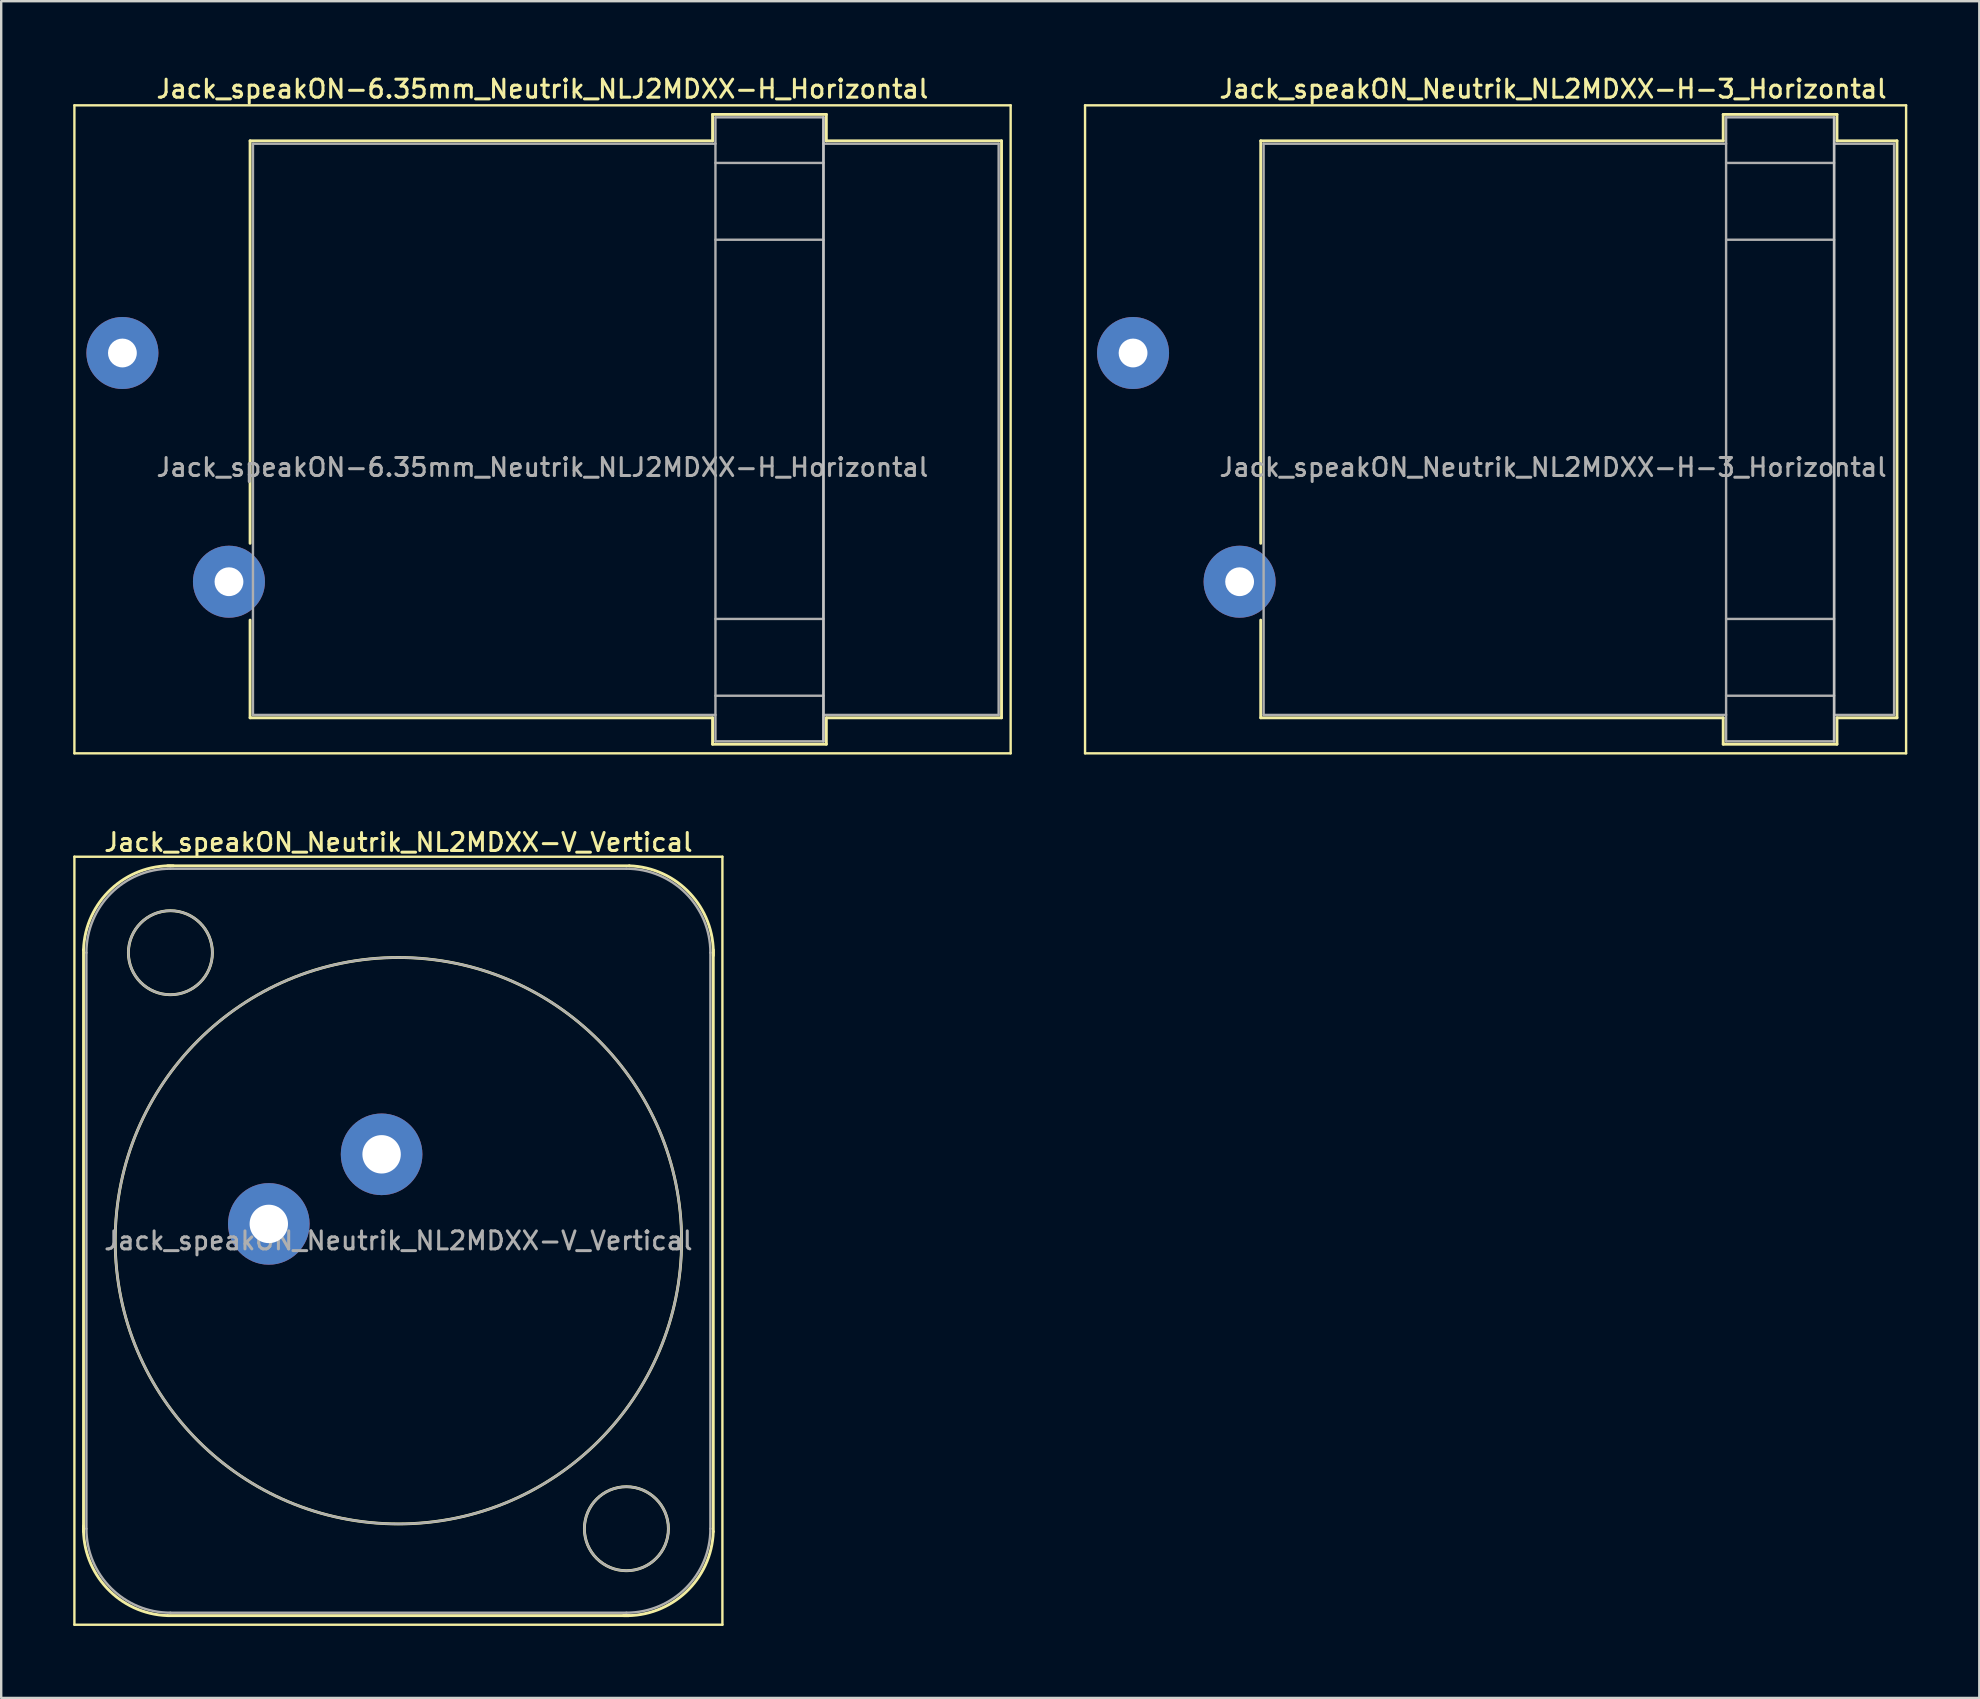
<source format=kicad_pcb>
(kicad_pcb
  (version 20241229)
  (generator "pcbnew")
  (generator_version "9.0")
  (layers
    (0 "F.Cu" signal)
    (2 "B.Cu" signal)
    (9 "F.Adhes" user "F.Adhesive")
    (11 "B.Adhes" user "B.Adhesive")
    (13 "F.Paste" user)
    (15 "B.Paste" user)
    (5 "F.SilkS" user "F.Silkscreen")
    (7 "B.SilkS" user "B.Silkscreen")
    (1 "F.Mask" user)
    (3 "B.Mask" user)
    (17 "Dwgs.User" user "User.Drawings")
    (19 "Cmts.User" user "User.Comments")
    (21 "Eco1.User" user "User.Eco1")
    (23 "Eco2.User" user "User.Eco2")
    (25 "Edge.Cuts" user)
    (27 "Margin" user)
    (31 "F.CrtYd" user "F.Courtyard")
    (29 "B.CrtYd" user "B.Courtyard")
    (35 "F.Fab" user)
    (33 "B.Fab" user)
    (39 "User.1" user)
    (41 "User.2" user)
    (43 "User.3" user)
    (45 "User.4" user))
  (footprint "Jack_speakON-6.35mm_Neutrik_NLJ2MDXX-H_Horizontal"
    (layer "F.Cu")
    (at 2.05 11.658)
    (property "Reference" "Jack_speakON-6.35mm_Neutrik_NLJ2MDXX-H_Horizontal" (at 17.5 -11 0) (layer "F.SilkS") (effects (font (size 0.75 0.75) (thickness 0.125))))
    (attr through_hole)
    (fp_line (start -2 16.68) (end -2 -10.32) (stroke (width 0.1) (type solid)) (layer "F.SilkS"))
    (fp_line (start -2 16.68) (end 37.01 16.68) (stroke (width 0.1) (type solid)) (layer "F.SilkS"))
    (fp_line (start 5.32 -8.84) (end 24.59 -8.84) (stroke (width 0.12) (type solid)) (layer "F.SilkS"))
    (fp_line (start 5.32 7.93) (end 5.32 -8.84) (stroke (width 0.12) (type solid)) (layer "F.SilkS"))
    (fp_line (start 5.32 15.2) (end 5.32 11.13) (stroke (width 0.12) (type solid)) (layer "F.SilkS"))
    (fp_line (start 5.32 15.2) (end 24.6 15.2) (stroke (width 0.12) (type solid)) (layer "F.SilkS"))
    (fp_line (start 24.59 -9.94) (end 24.59 -8.84) (stroke (width 0.12) (type solid)) (layer "F.SilkS"))
    (fp_line (start 24.59 -9.94) (end 29.33 -9.94) (stroke (width 0.12) (type solid)) (layer "F.SilkS"))
    (fp_line (start 24.59 16.3) (end 24.59 15.2) (stroke (width 0.12) (type solid)) (layer "F.SilkS"))
    (fp_line (start 24.59 16.3) (end 29.33 16.3) (stroke (width 0.12) (type solid)) (layer "F.SilkS"))
    (fp_line (start 29.33 -9.94) (end 29.33 -8.84) (stroke (width 0.12) (type solid)) (layer "F.SilkS"))
    (fp_line (start 29.33 16.3) (end 29.33 15.2) (stroke (width 0.12) (type solid)) (layer "F.SilkS"))
    (fp_line (start 36.63 -8.84) (end 29.33 -8.84) (stroke (width 0.12) (type solid)) (layer "F.SilkS"))
    (fp_line (start 36.63 15.2) (end 29.33 15.2) (stroke (width 0.12) (type solid)) (layer "F.SilkS"))
    (fp_line (start 36.63 15.2) (end 36.63 -8.84) (stroke (width 0.12) (type solid)) (layer "F.SilkS"))
    (fp_line (start 37.01 -10.32) (end -2 -10.32) (stroke (width 0.1) (type solid)) (layer "F.SilkS"))
    (fp_line (start 37.01 -10.32) (end 37.01 16.68) (stroke (width 0.1) (type solid)) (layer "F.SilkS"))
    (fp_line (start 29.21 16.18) (end 29.21 -9.82) (stroke (width 0.1) (type solid)) (layer "Dwgs.User"))
    (fp_line (start 5.44 -8.72) (end 24.71 -8.72) (stroke (width 0.1) (type solid)) (layer "F.Fab"))
    (fp_line (start 5.44 15.08) (end 5.44 -8.72) (stroke (width 0.1) (type solid)) (layer "F.Fab"))
    (fp_line (start 5.44 15.08) (end 24.71 15.08) (stroke (width 0.1) (type solid)) (layer "F.Fab"))
    (fp_line (start 24.71 -9.82) (end 29.21 -9.82) (stroke (width 0.1) (type solid)) (layer "F.Fab"))
    (fp_line (start 24.71 -7.92) (end 29.21 -7.92) (stroke (width 0.1) (type solid)) (layer "F.Fab"))
    (fp_line (start 24.71 -4.72) (end 29.21 -4.72) (stroke (width 0.1) (type solid)) (layer "F.Fab"))
    (fp_line (start 24.71 11.08) (end 29.21 11.08) (stroke (width 0.1) (type solid)) (layer "F.Fab"))
    (fp_line (start 24.71 14.28) (end 29.21 14.28) (stroke (width 0.1) (type solid)) (layer "F.Fab"))
    (fp_line (start 24.71 16.18) (end 24.71 -9.82) (stroke (width 0.1) (type solid)) (layer "F.Fab"))
    (fp_line (start 24.71 16.18) (end 29.21 16.18) (stroke (width 0.1) (type solid)) (layer "F.Fab"))
    (fp_line (start 29.21 16.18) (end 29.21 -9.82) (stroke (width 0.1) (type solid)) (layer "F.Fab"))
    (fp_line (start 36.51 -8.72) (end 29.21 -8.72) (stroke (width 0.1) (type solid)) (layer "F.Fab"))
    (fp_line (start 36.51 15.08) (end 29.21 15.08) (stroke (width 0.1) (type solid)) (layer "F.Fab"))
    (fp_line (start 36.51 15.08) (end 36.51 -8.72) (stroke (width 0.1) (type solid)) (layer "F.Fab"))
    (fp_text user "${REFERENCE}" (at 17.5 4.765 0) (layer "F.Fab") (effects (font (size 0.75 0.75) (thickness 0.125))))
    (pad "1+" thru_hole circle (at 0 0) (size 3 3) (drill 1.2) (layers "*.Cu" "*.Mask"))
    (pad "1-" thru_hole circle (at 4.44 9.53) (size 3 3) (drill 1.2) (layers "*.Cu" "*.Mask")))
  (footprint "Jack_speakON_Neutrik_NL2MDXX-V_Vertical"
    (layer "F.Cu")
    (at 12.85 45.046)
    (property "Reference" "Jack_speakON_Neutrik_NL2MDXX-V_Vertical" (at 0.7 -13 0) (layer "F.SilkS") (effects (font (size 0.75 0.75) (thickness 0.125))))
    (attr through_hole)
    (fp_line (start -12.8 -12.4) (end 14.2 -12.4) (stroke (width 0.1) (type solid)) (layer "F.SilkS"))
    (fp_line (start -12.8 19.6) (end -12.8 -12.4) (stroke (width 0.1) (type solid)) (layer "F.SilkS"))
    (fp_line (start -12.8 19.6) (end 14.2 19.6) (stroke (width 0.1) (type solid)) (layer "F.SilkS"))
    (fp_line (start -12.42 15.72) (end -12.42 -8.52) (stroke (width 0.12) (type solid)) (layer "F.SilkS"))
    (fp_line (start -8.92 -12.02) (end 10.32 -12.02) (stroke (width 0.12) (type solid)) (layer "F.SilkS"))
    (fp_line (start -8.92 19.22) (end 10.32 19.22) (stroke (width 0.12) (type solid)) (layer "F.SilkS"))
    (fp_line (start 13.82 15.72) (end 13.82 -8.52) (stroke (width 0.12) (type solid)) (layer "F.SilkS"))
    (fp_line (start 14.2 19.6) (end 14.2 -12.4) (stroke (width 0.1) (type solid)) (layer "F.SilkS"))
    (fp_arc (start -12.42 -8.52) (mid -11.274874 -11.044579) (end -8.68 -12.02) (stroke (width 0.12) (type solid)) (layer "F.SilkS"))
    (fp_arc (start -8.92 19.22) (mid -11.444579 18.074874) (end -12.42 15.48) (stroke (width 0.12) (type solid)) (layer "F.SilkS"))
    (fp_arc (start 10.32 -12.02) (mid 12.844579 -10.874874) (end 13.82 -8.28) (stroke (width 0.12) (type solid)) (layer "F.SilkS"))
    (fp_arc (start 13.82 15.72) (mid 12.674874 18.244579) (end 10.08 19.22) (stroke (width 0.12) (type solid)) (layer "F.SilkS"))
    (fp_circle (center -8.8 -8.4) (end -7.05 -8.4) (stroke (width 0.12) (type solid)) (fill no) (layer "F.SilkS"))
    (fp_circle (center 0.7 3.6) (end 12.5 3.6) (stroke (width 0.12) (type solid)) (fill no) (layer "F.SilkS"))
    (fp_circle (center 10.2 15.6) (end 11.95 15.6) (stroke (width 0.12) (type solid)) (fill no) (layer "F.SilkS"))
    (fp_line (start -12.3 15.6) (end -12.3 -8.4) (stroke (width 0.1) (type solid)) (layer "F.Fab"))
    (fp_line (start -8.8 -11.9) (end 10.2 -11.9) (stroke (width 0.1) (type solid)) (layer "F.Fab"))
    (fp_line (start -8.8 19.1) (end 10.2 19.1) (stroke (width 0.1) (type solid)) (layer "F.Fab"))
    (fp_line (start 13.7 15.6) (end 13.7 -8.4) (stroke (width 0.1) (type solid)) (layer "F.Fab"))
    (fp_arc (start -12.3 -8.4) (mid -11.274874 -10.874874) (end -8.8 -11.9) (stroke (width 0.1) (type solid)) (layer "F.Fab"))
    (fp_arc (start -8.8 19.1) (mid -11.274874 18.074874) (end -12.3 15.6) (stroke (width 0.1) (type solid)) (layer "F.Fab"))
    (fp_arc (start 10.2 -11.9) (mid 12.674874 -10.874874) (end 13.7 -8.4) (stroke (width 0.1) (type solid)) (layer "F.Fab"))
    (fp_arc (start 13.7 15.6) (mid 12.674874 18.074874) (end 10.2 19.1) (stroke (width 0.1) (type solid)) (layer "F.Fab"))
    (fp_circle (center -8.8 -8.4) (end -7.05 -8.4) (stroke (width 0.1) (type solid)) (fill no) (layer "F.Fab"))
    (fp_circle (center 0.7 3.6) (end 12.5 3.6) (stroke (width 0.1) (type solid)) (fill no) (layer "F.Fab"))
    (fp_circle (center 10.2 15.6) (end 8.45 15.6) (stroke (width 0.1) (type solid)) (fill no) (layer "F.Fab"))
    (fp_text user "${REFERENCE}" (at 0.7 3.6 0) (layer "F.Fab") (effects (font (size 0.75 0.75) (thickness 0.125))))
    (pad "1+" thru_hole circle (at 0 0) (size 3.4 3.4) (drill 1.6) (layers "*.Cu" "*.Mask"))
    (pad "1-" thru_hole circle (at -4.7 2.9) (size 3.4 3.4) (drill 1.6) (layers "*.Cu" "*.Mask")))
  (footprint "Jack_speakON_Neutrik_NL2MDXX-H-3_Horizontal"
    (layer "F.Cu")
    (at 44.16 11.658)
    (property "Reference" "Jack_speakON_Neutrik_NL2MDXX-H-3_Horizontal" (at 17.5 -11 0) (layer "F.SilkS") (effects (font (size 0.75 0.75) (thickness 0.125))))
    (attr through_hole)
    (fp_line (start -2 16.68) (end -2 -10.32) (stroke (width 0.1) (type solid)) (layer "F.SilkS"))
    (fp_line (start -2 16.68) (end 32.21 16.68) (stroke (width 0.1) (type solid)) (layer "F.SilkS"))
    (fp_line (start 5.32 -8.84) (end 24.59 -8.84) (stroke (width 0.12) (type solid)) (layer "F.SilkS"))
    (fp_line (start 5.32 7.93) (end 5.32 -8.84) (stroke (width 0.12) (type solid)) (layer "F.SilkS"))
    (fp_line (start 5.32 15.2) (end 5.32 11.13) (stroke (width 0.12) (type solid)) (layer "F.SilkS"))
    (fp_line (start 5.32 15.2) (end 24.59 15.2) (stroke (width 0.12) (type solid)) (layer "F.SilkS"))
    (fp_line (start 24.59 -9.94) (end 24.59 -8.84) (stroke (width 0.12) (type solid)) (layer "F.SilkS"))
    (fp_line (start 24.59 -9.94) (end 29.33 -9.94) (stroke (width 0.12) (type solid)) (layer "F.SilkS"))
    (fp_line (start 24.59 16.3) (end 24.59 15.2) (stroke (width 0.12) (type solid)) (layer "F.SilkS"))
    (fp_line (start 24.59 16.3) (end 29.33 16.3) (stroke (width 0.12) (type solid)) (layer "F.SilkS"))
    (fp_line (start 29.33 -9.94) (end 29.33 -8.84) (stroke (width 0.12) (type solid)) (layer "F.SilkS"))
    (fp_line (start 29.33 16.3) (end 29.33 15.2) (stroke (width 0.12) (type solid)) (layer "F.SilkS"))
    (fp_line (start 31.83 -8.84) (end 29.33 -8.84) (stroke (width 0.12) (type solid)) (layer "F.SilkS"))
    (fp_line (start 31.83 15.2) (end 29.33 15.2) (stroke (width 0.12) (type solid)) (layer "F.SilkS"))
    (fp_line (start 31.83 15.2) (end 31.83 -8.84) (stroke (width 0.12) (type solid)) (layer "F.SilkS"))
    (fp_line (start 32.21 -10.32) (end -2 -10.32) (stroke (width 0.1) (type solid)) (layer "F.SilkS"))
    (fp_line (start 32.21 -10.32) (end 32.21 16.68) (stroke (width 0.1) (type solid)) (layer "F.SilkS"))
    (fp_line (start 29.21 16.18) (end 29.21 -9.82) (stroke (width 0.1) (type solid)) (layer "Dwgs.User"))
    (fp_line (start 5.44 -8.72) (end 24.71 -8.72) (stroke (width 0.1) (type solid)) (layer "F.Fab"))
    (fp_line (start 5.44 15.08) (end 5.44 -8.72) (stroke (width 0.1) (type solid)) (layer "F.Fab"))
    (fp_line (start 5.44 15.08) (end 24.71 15.08) (stroke (width 0.1) (type solid)) (layer "F.Fab"))
    (fp_line (start 24.71 -9.82) (end 29.21 -9.82) (stroke (width 0.1) (type solid)) (layer "F.Fab"))
    (fp_line (start 24.71 -7.92) (end 29.21 -7.92) (stroke (width 0.1) (type solid)) (layer "F.Fab"))
    (fp_line (start 24.71 -4.72) (end 29.21 -4.72) (stroke (width 0.1) (type solid)) (layer "F.Fab"))
    (fp_line (start 24.71 11.08) (end 29.21 11.08) (stroke (width 0.1) (type solid)) (layer "F.Fab"))
    (fp_line (start 24.71 14.28) (end 29.21 14.28) (stroke (width 0.1) (type solid)) (layer "F.Fab"))
    (fp_line (start 24.71 16.18) (end 24.71 -9.82) (stroke (width 0.1) (type solid)) (layer "F.Fab"))
    (fp_line (start 24.71 16.18) (end 29.21 16.18) (stroke (width 0.1) (type solid)) (layer "F.Fab"))
    (fp_line (start 29.21 16.18) (end 29.21 -9.82) (stroke (width 0.1) (type solid)) (layer "F.Fab"))
    (fp_line (start 31.71 -8.72) (end 29.21 -8.72) (stroke (width 0.1) (type solid)) (layer "F.Fab"))
    (fp_line (start 31.71 15.08) (end 29.21 15.08) (stroke (width 0.1) (type solid)) (layer "F.Fab"))
    (fp_line (start 31.71 15.08) (end 31.71 -8.72) (stroke (width 0.1) (type solid)) (layer "F.Fab"))
    (fp_text user "${REFERENCE}" (at 17.5 4.765 0) (layer "F.Fab") (effects (font (size 0.75 0.75) (thickness 0.125))))
    (pad "1+" thru_hole circle (at 0 0) (size 3 3) (drill 1.2) (layers "*.Cu" "*.Mask"))
    (pad "1-" thru_hole circle (at 4.44 9.53) (size 3 3) (drill 1.2) (layers "*.Cu" "*.Mask")))
  (gr_rect
    (start -3 -3)
    (end 79.42 67.696)
    (stroke (width 0.1) (type default))
    (fill no)
    (layer "Edge.Cuts")))
</source>
